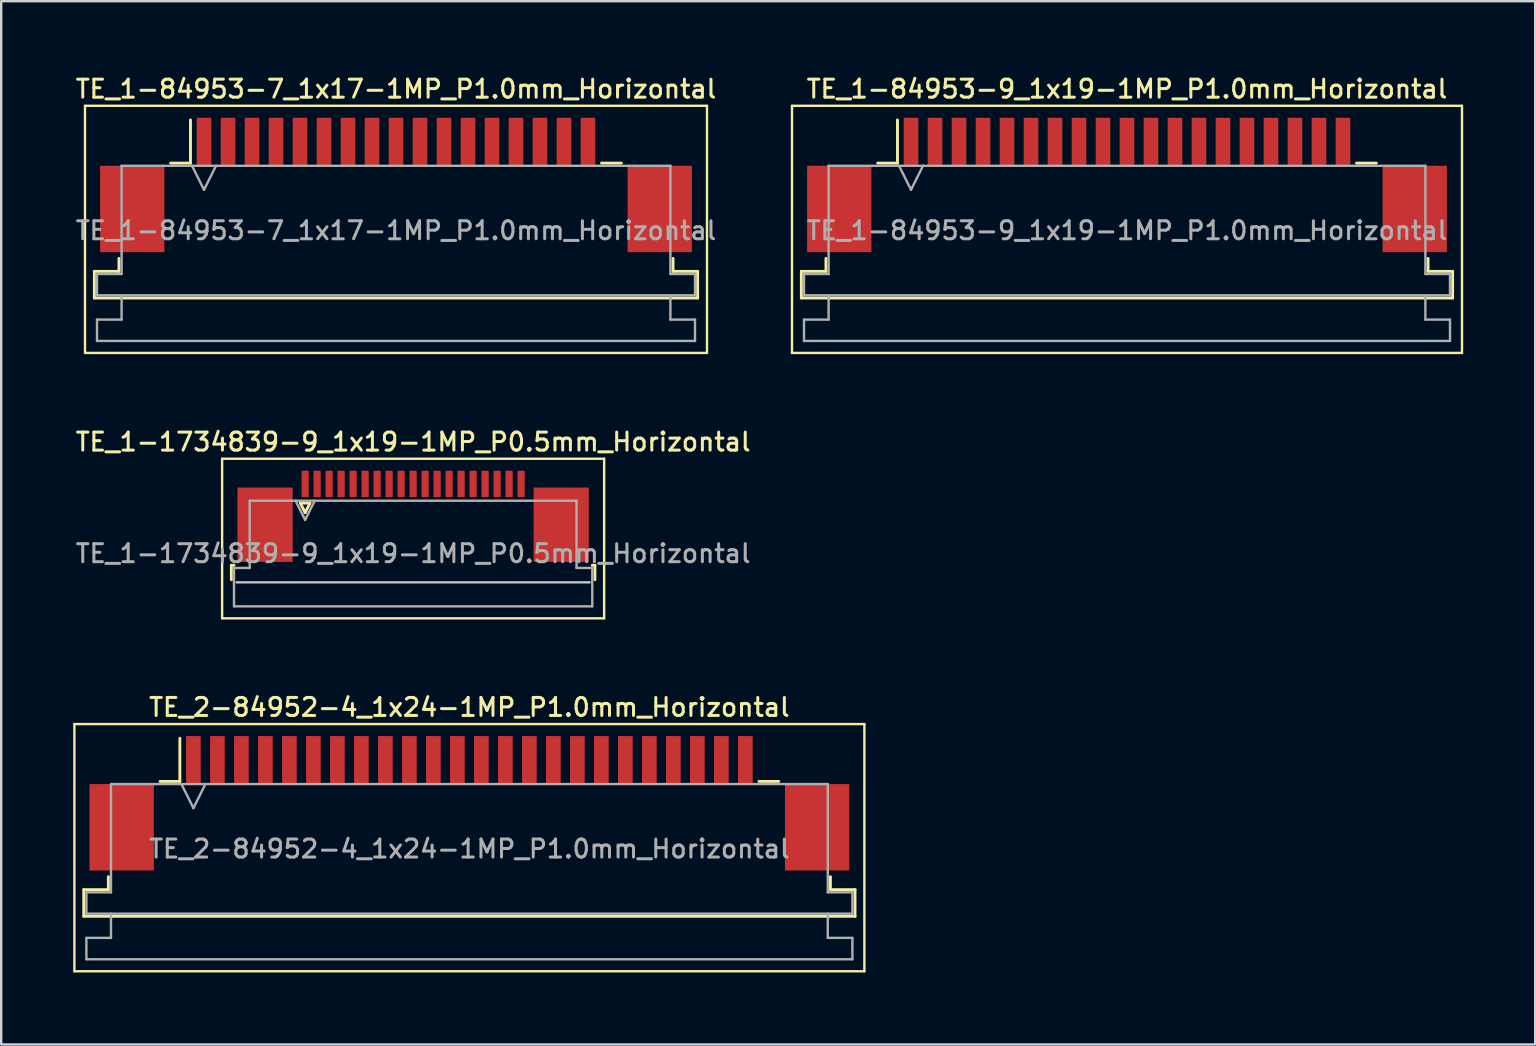
<source format=kicad_pcb>
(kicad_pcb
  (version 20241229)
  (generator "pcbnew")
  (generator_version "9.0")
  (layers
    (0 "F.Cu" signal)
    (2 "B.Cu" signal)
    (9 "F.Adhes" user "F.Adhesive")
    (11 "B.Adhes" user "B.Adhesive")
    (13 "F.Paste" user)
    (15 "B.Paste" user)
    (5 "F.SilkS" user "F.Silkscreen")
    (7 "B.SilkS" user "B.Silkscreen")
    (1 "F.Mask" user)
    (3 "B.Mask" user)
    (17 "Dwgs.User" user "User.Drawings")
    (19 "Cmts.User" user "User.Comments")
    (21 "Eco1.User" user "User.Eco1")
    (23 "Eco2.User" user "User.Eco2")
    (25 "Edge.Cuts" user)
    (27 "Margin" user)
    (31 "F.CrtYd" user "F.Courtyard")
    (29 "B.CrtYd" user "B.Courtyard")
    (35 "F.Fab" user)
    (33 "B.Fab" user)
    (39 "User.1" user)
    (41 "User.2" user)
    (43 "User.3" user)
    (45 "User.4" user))
  (footprint "TE_1-84953-9_1x19-1MP_P1.0mm_Horizontal"
    (layer "F.Cu")
    (at 43.914 4.658)
    (property "Reference" "TE_1-84953-9_1x19-1MP_P1.0mm_Horizontal" (at 0 -4 0) (layer "F.SilkS") (effects (font (size 0.75 0.75) (thickness 0.125))))
    (attr smd)
    (fp_line (start -13.96 -3.3) (end -13.96 7) (stroke (width 0.1) (type solid)) (layer "F.SilkS"))
    (fp_line (start -13.96 7) (end 13.96 7) (stroke (width 0.1) (type solid)) (layer "F.SilkS"))
    (fp_line (start -13.57 3.6) (end -12.545 3.6) (stroke (width 0.12) (type solid)) (layer "F.SilkS"))
    (fp_line (start -13.57 4.71) (end -13.57 3.6) (stroke (width 0.12) (type solid)) (layer "F.SilkS"))
    (fp_line (start -12.545 3.6) (end -12.545 3.06) (stroke (width 0.12) (type solid)) (layer "F.SilkS"))
    (fp_line (start -10.39 -0.91) (end -9.565 -0.91) (stroke (width 0.12) (type solid)) (layer "F.SilkS"))
    (fp_line (start -9.565 -0.91) (end -9.565 -2.71) (stroke (width 0.12) (type solid)) (layer "F.SilkS"))
    (fp_line (start 9.565 -0.91) (end 10.39 -0.91) (stroke (width 0.12) (type solid)) (layer "F.SilkS"))
    (fp_line (start 12.545 3.06) (end 12.545 3.6) (stroke (width 0.12) (type solid)) (layer "F.SilkS"))
    (fp_line (start 12.545 3.6) (end 13.57 3.6) (stroke (width 0.12) (type solid)) (layer "F.SilkS"))
    (fp_line (start 13.57 3.6) (end 13.57 4.71) (stroke (width 0.12) (type solid)) (layer "F.SilkS"))
    (fp_line (start 13.57 4.71) (end -13.57 4.71) (stroke (width 0.12) (type solid)) (layer "F.SilkS"))
    (fp_line (start 13.96 -3.3) (end -13.96 -3.3) (stroke (width 0.1) (type solid)) (layer "F.SilkS"))
    (fp_line (start 13.96 7) (end 13.96 -3.3) (stroke (width 0.1) (type solid)) (layer "F.SilkS"))
    (fp_line (start -13.46 3.71) (end -12.435 3.71) (stroke (width 0.1) (type solid)) (layer "F.Fab"))
    (fp_line (start -13.46 4.6) (end -13.46 3.71) (stroke (width 0.1) (type solid)) (layer "F.Fab"))
    (fp_line (start -13.46 5.61) (end -12.435 5.61) (stroke (width 0.1) (type solid)) (layer "F.Fab"))
    (fp_line (start -13.46 6.5) (end -13.46 5.61) (stroke (width 0.1) (type solid)) (layer "F.Fab"))
    (fp_line (start -12.435 -0.8) (end 12.435 -0.8) (stroke (width 0.1) (type solid)) (layer "F.Fab"))
    (fp_line (start -12.435 3.71) (end -12.435 -0.8) (stroke (width 0.1) (type solid)) (layer "F.Fab"))
    (fp_line (start -12.435 5.61) (end -12.435 4.6) (stroke (width 0.1) (type solid)) (layer "F.Fab"))
    (fp_line (start -9.5 -0.8) (end -9 0.2) (stroke (width 0.1) (type solid)) (layer "F.Fab"))
    (fp_line (start -9 0.2) (end -8.5 -0.8) (stroke (width 0.1) (type solid)) (layer "F.Fab"))
    (fp_line (start 12.435 -0.8) (end 12.435 3.71) (stroke (width 0.1) (type solid)) (layer "F.Fab"))
    (fp_line (start 12.435 3.71) (end 13.46 3.71) (stroke (width 0.1) (type solid)) (layer "F.Fab"))
    (fp_line (start 12.435 4.6) (end 12.435 5.61) (stroke (width 0.1) (type solid)) (layer "F.Fab"))
    (fp_line (start 12.435 5.61) (end 13.46 5.61) (stroke (width 0.1) (type solid)) (layer "F.Fab"))
    (fp_line (start 13.46 3.71) (end 13.46 4.6) (stroke (width 0.1) (type solid)) (layer "F.Fab"))
    (fp_line (start 13.46 4.6) (end -13.46 4.6) (stroke (width 0.1) (type solid)) (layer "F.Fab"))
    (fp_line (start 13.46 5.61) (end 13.46 6.5) (stroke (width 0.1) (type solid)) (layer "F.Fab"))
    (fp_line (start 13.46 6.5) (end -13.46 6.5) (stroke (width 0.1) (type solid)) (layer "F.Fab"))
    (fp_text user "${REFERENCE}" (at 0 1.9 0) (layer "F.Fab") (effects (font (size 0.75 0.75) (thickness 0.125))))
    (pad "1" smd rect (at -9 -1.8) (size 0.61 2) (layers "F.Cu" "F.Mask" "F.Paste"))
    (pad "2" smd rect (at -8 -1.8) (size 0.61 2) (layers "F.Cu" "F.Mask" "F.Paste"))
    (pad "3" smd rect (at -7 -1.8) (size 0.61 2) (layers "F.Cu" "F.Mask" "F.Paste"))
    (pad "4" smd rect (at -6 -1.8) (size 0.61 2) (layers "F.Cu" "F.Mask" "F.Paste"))
    (pad "5" smd rect (at -5 -1.8) (size 0.61 2) (layers "F.Cu" "F.Mask" "F.Paste"))
    (pad "6" smd rect (at -4 -1.8) (size 0.61 2) (layers "F.Cu" "F.Mask" "F.Paste"))
    (pad "7" smd rect (at -3 -1.8) (size 0.61 2) (layers "F.Cu" "F.Mask" "F.Paste"))
    (pad "8" smd rect (at -2 -1.8) (size 0.61 2) (layers "F.Cu" "F.Mask" "F.Paste"))
    (pad "9" smd rect (at -1 -1.8) (size 0.61 2) (layers "F.Cu" "F.Mask" "F.Paste"))
    (pad "10" smd rect (at 0 -1.8) (size 0.61 2) (layers "F.Cu" "F.Mask" "F.Paste"))
    (pad "11" smd rect (at 1 -1.8) (size 0.61 2) (layers "F.Cu" "F.Mask" "F.Paste"))
    (pad "12" smd rect (at 2 -1.8) (size 0.61 2) (layers "F.Cu" "F.Mask" "F.Paste"))
    (pad "13" smd rect (at 3 -1.8) (size 0.61 2) (layers "F.Cu" "F.Mask" "F.Paste"))
    (pad "14" smd rect (at 4 -1.8) (size 0.61 2) (layers "F.Cu" "F.Mask" "F.Paste"))
    (pad "15" smd rect (at 5 -1.8) (size 0.61 2) (layers "F.Cu" "F.Mask" "F.Paste"))
    (pad "16" smd rect (at 6 -1.8) (size 0.61 2) (layers "F.Cu" "F.Mask" "F.Paste"))
    (pad "17" smd rect (at 7 -1.8) (size 0.61 2) (layers "F.Cu" "F.Mask" "F.Paste"))
    (pad "18" smd rect (at 8 -1.8) (size 0.61 2) (layers "F.Cu" "F.Mask" "F.Paste"))
    (pad "19" smd rect (at 9 -1.8) (size 0.61 2) (layers "F.Cu" "F.Mask" "F.Paste"))
    (pad "MP" smd rect (at -11.99 1) (size 2.68 3.6) (layers "F.Cu" "F.Mask" "F.Paste"))
    (pad "MP" smd rect (at 11.99 1) (size 2.68 3.6) (layers "F.Cu" "F.Mask" "F.Paste")))
  (footprint "TE_1-1734839-9_1x19-1MP_P0.5mm_Horizontal"
    (layer "F.Cu")
    (at 14.166 18.466)
    (property "Reference" "TE_1-1734839-9_1x19-1MP_P0.5mm_Horizontal" (at 0 -3.1 0) (layer "F.SilkS") (effects (font (size 0.75 0.75) (thickness 0.125))))
    (attr smd)
    (fp_line (start -7.96 -2.4) (end -7.96 4.25) (stroke (width 0.1) (type solid)) (layer "F.SilkS"))
    (fp_line (start -7.96 4.25) (end 7.96 4.25) (stroke (width 0.1) (type solid)) (layer "F.SilkS"))
    (fp_line (start -7.575 2.04) (end -7.575 2.64) (stroke (width 0.12) (type solid)) (layer "F.SilkS"))
    (fp_line (start -7.465 2.04) (end -7.575 2.04) (stroke (width 0.12) (type solid)) (layer "F.SilkS"))
    (fp_line (start -4.7 -0.55) (end -4.5 -0.15) (stroke (width 0.12) (type solid)) (layer "F.SilkS"))
    (fp_line (start -4.5 -0.15) (end -4.3 -0.55) (stroke (width 0.12) (type solid)) (layer "F.SilkS"))
    (fp_line (start -4.3 -0.55) (end -4.7 -0.55) (stroke (width 0.12) (type solid)) (layer "F.SilkS"))
    (fp_line (start 7.465 2.04) (end 7.575 2.04) (stroke (width 0.12) (type solid)) (layer "F.SilkS"))
    (fp_line (start 7.575 2.04) (end 7.575 2.64) (stroke (width 0.12) (type solid)) (layer "F.SilkS"))
    (fp_line (start 7.96 -2.4) (end -7.96 -2.4) (stroke (width 0.1) (type solid)) (layer "F.SilkS"))
    (fp_line (start 7.96 4.25) (end 7.96 -2.4) (stroke (width 0.1) (type solid)) (layer "F.SilkS"))
    (fp_line (start 7.355 2.75) (end -7.355 2.75) (stroke (width 0.1) (type solid)) (layer "Dwgs.User"))
    (fp_line (start -7.465 2.15) (end -6.81 2.15) (stroke (width 0.1) (type solid)) (layer "F.Fab"))
    (fp_line (start -7.465 3.75) (end -7.465 2.15) (stroke (width 0.1) (type solid)) (layer "F.Fab"))
    (fp_line (start -6.81 -0.65) (end 6.81 -0.65) (stroke (width 0.1) (type solid)) (layer "F.Fab"))
    (fp_line (start -6.81 2.15) (end -6.81 -0.65) (stroke (width 0.1) (type solid)) (layer "F.Fab"))
    (fp_line (start -4.9 -0.65) (end -4.5 0.15) (stroke (width 0.1) (type solid)) (layer "F.Fab"))
    (fp_line (start -4.5 0.15) (end -4.1 -0.65) (stroke (width 0.1) (type solid)) (layer "F.Fab"))
    (fp_line (start 6.81 -0.65) (end 6.81 2.15) (stroke (width 0.1) (type solid)) (layer "F.Fab"))
    (fp_line (start 6.81 2.15) (end 7.465 2.15) (stroke (width 0.1) (type solid)) (layer "F.Fab"))
    (fp_line (start 7.465 2.15) (end 7.465 3.75) (stroke (width 0.1) (type solid)) (layer "F.Fab"))
    (fp_line (start 7.465 3.75) (end -7.465 3.75) (stroke (width 0.1) (type solid)) (layer "F.Fab"))
    (fp_text user "${REFERENCE}" (at 0 1.55 0) (layer "F.Fab") (effects (font (size 0.75 0.75) (thickness 0.125))))
    (pad "1" smd rect (at -4.5 -1.35) (size 0.3 1.1) (layers "F.Cu" "F.Mask" "F.Paste"))
    (pad "2" smd rect (at -4 -1.35) (size 0.3 1.1) (layers "F.Cu" "F.Mask" "F.Paste"))
    (pad "3" smd rect (at -3.5 -1.35) (size 0.3 1.1) (layers "F.Cu" "F.Mask" "F.Paste"))
    (pad "4" smd rect (at -3 -1.35) (size 0.3 1.1) (layers "F.Cu" "F.Mask" "F.Paste"))
    (pad "5" smd rect (at -2.5 -1.35) (size 0.3 1.1) (layers "F.Cu" "F.Mask" "F.Paste"))
    (pad "6" smd rect (at -2 -1.35) (size 0.3 1.1) (layers "F.Cu" "F.Mask" "F.Paste"))
    (pad "7" smd rect (at -1.5 -1.35) (size 0.3 1.1) (layers "F.Cu" "F.Mask" "F.Paste"))
    (pad "8" smd rect (at -1 -1.35) (size 0.3 1.1) (layers "F.Cu" "F.Mask" "F.Paste"))
    (pad "9" smd rect (at -0.5 -1.35) (size 0.3 1.1) (layers "F.Cu" "F.Mask" "F.Paste"))
    (pad "10" smd rect (at 0 -1.35) (size 0.3 1.1) (layers "F.Cu" "F.Mask" "F.Paste"))
    (pad "11" smd rect (at 0.5 -1.35) (size 0.3 1.1) (layers "F.Cu" "F.Mask" "F.Paste"))
    (pad "12" smd rect (at 1 -1.35) (size 0.3 1.1) (layers "F.Cu" "F.Mask" "F.Paste"))
    (pad "13" smd rect (at 1.5 -1.35) (size 0.3 1.1) (layers "F.Cu" "F.Mask" "F.Paste"))
    (pad "14" smd rect (at 2 -1.35) (size 0.3 1.1) (layers "F.Cu" "F.Mask" "F.Paste"))
    (pad "15" smd rect (at 2.5 -1.35) (size 0.3 1.1) (layers "F.Cu" "F.Mask" "F.Paste"))
    (pad "16" smd rect (at 3 -1.35) (size 0.3 1.1) (layers "F.Cu" "F.Mask" "F.Paste"))
    (pad "17" smd rect (at 3.5 -1.35) (size 0.3 1.1) (layers "F.Cu" "F.Mask" "F.Paste"))
    (pad "18" smd rect (at 4 -1.35) (size 0.3 1.1) (layers "F.Cu" "F.Mask" "F.Paste"))
    (pad "19" smd rect (at 4.5 -1.35) (size 0.3 1.1) (layers "F.Cu" "F.Mask" "F.Paste"))
    (pad "MP" smd rect (at -6.17 0.35) (size 2.3 3.1) (layers "F.Cu" "F.Mask" "F.Paste"))
    (pad "MP" smd rect (at 6.17 0.35) (size 2.3 3.1) (layers "F.Cu" "F.Mask" "F.Paste")))
  (footprint "TE_2-84952-4_1x24-1MP_P1.0mm_Horizontal"
    (layer "F.Cu")
    (at 16.51 30.424)
    (property "Reference" "TE_2-84952-4_1x24-1MP_P1.0mm_Horizontal" (at 0 -4 0) (layer "F.SilkS") (effects (font (size 0.75 0.75) (thickness 0.125))))
    (attr smd)
    (fp_line (start -16.46 -3.3) (end -16.46 7) (stroke (width 0.1) (type solid)) (layer "F.SilkS"))
    (fp_line (start -16.46 7) (end 16.46 7) (stroke (width 0.1) (type solid)) (layer "F.SilkS"))
    (fp_line (start -16.07 3.6) (end -15.045 3.6) (stroke (width 0.12) (type solid)) (layer "F.SilkS"))
    (fp_line (start -16.07 4.71) (end -16.07 3.6) (stroke (width 0.12) (type solid)) (layer "F.SilkS"))
    (fp_line (start -15.045 3.6) (end -15.045 3.06) (stroke (width 0.12) (type solid)) (layer "F.SilkS"))
    (fp_line (start -12.89 -0.91) (end -12.065 -0.91) (stroke (width 0.12) (type solid)) (layer "F.SilkS"))
    (fp_line (start -12.065 -0.91) (end -12.065 -2.71) (stroke (width 0.12) (type solid)) (layer "F.SilkS"))
    (fp_line (start 12.065 -0.91) (end 12.89 -0.91) (stroke (width 0.12) (type solid)) (layer "F.SilkS"))
    (fp_line (start 15.045 3.06) (end 15.045 3.6) (stroke (width 0.12) (type solid)) (layer "F.SilkS"))
    (fp_line (start 15.045 3.6) (end 16.07 3.6) (stroke (width 0.12) (type solid)) (layer "F.SilkS"))
    (fp_line (start 16.07 3.6) (end 16.07 4.71) (stroke (width 0.12) (type solid)) (layer "F.SilkS"))
    (fp_line (start 16.07 4.71) (end -16.07 4.71) (stroke (width 0.12) (type solid)) (layer "F.SilkS"))
    (fp_line (start 16.46 -3.3) (end -16.46 -3.3) (stroke (width 0.1) (type solid)) (layer "F.SilkS"))
    (fp_line (start 16.46 7) (end 16.46 -3.3) (stroke (width 0.1) (type solid)) (layer "F.SilkS"))
    (fp_line (start -15.96 3.71) (end -14.935 3.71) (stroke (width 0.1) (type solid)) (layer "F.Fab"))
    (fp_line (start -15.96 4.6) (end -15.96 3.71) (stroke (width 0.1) (type solid)) (layer "F.Fab"))
    (fp_line (start -15.96 5.61) (end -14.935 5.61) (stroke (width 0.1) (type solid)) (layer "F.Fab"))
    (fp_line (start -15.96 6.5) (end -15.96 5.61) (stroke (width 0.1) (type solid)) (layer "F.Fab"))
    (fp_line (start -14.935 -0.8) (end 14.935 -0.8) (stroke (width 0.1) (type solid)) (layer "F.Fab"))
    (fp_line (start -14.935 3.71) (end -14.935 -0.8) (stroke (width 0.1) (type solid)) (layer "F.Fab"))
    (fp_line (start -14.935 5.61) (end -14.935 4.6) (stroke (width 0.1) (type solid)) (layer "F.Fab"))
    (fp_line (start -12 -0.8) (end -11.5 0.2) (stroke (width 0.1) (type solid)) (layer "F.Fab"))
    (fp_line (start -11.5 0.2) (end -11 -0.8) (stroke (width 0.1) (type solid)) (layer "F.Fab"))
    (fp_line (start 14.935 -0.8) (end 14.935 3.71) (stroke (width 0.1) (type solid)) (layer "F.Fab"))
    (fp_line (start 14.935 3.71) (end 15.96 3.71) (stroke (width 0.1) (type solid)) (layer "F.Fab"))
    (fp_line (start 14.935 4.6) (end 14.935 5.61) (stroke (width 0.1) (type solid)) (layer "F.Fab"))
    (fp_line (start 14.935 5.61) (end 15.96 5.61) (stroke (width 0.1) (type solid)) (layer "F.Fab"))
    (fp_line (start 15.96 3.71) (end 15.96 4.6) (stroke (width 0.1) (type solid)) (layer "F.Fab"))
    (fp_line (start 15.96 4.6) (end -15.96 4.6) (stroke (width 0.1) (type solid)) (layer "F.Fab"))
    (fp_line (start 15.96 5.61) (end 15.96 6.5) (stroke (width 0.1) (type solid)) (layer "F.Fab"))
    (fp_line (start 15.96 6.5) (end -15.96 6.5) (stroke (width 0.1) (type solid)) (layer "F.Fab"))
    (fp_text user "${REFERENCE}" (at 0 1.9 0) (layer "F.Fab") (effects (font (size 0.75 0.75) (thickness 0.125))))
    (pad "1" smd rect (at -11.5 -1.8) (size 0.61 2) (layers "F.Cu" "F.Mask" "F.Paste"))
    (pad "2" smd rect (at -10.5 -1.8) (size 0.61 2) (layers "F.Cu" "F.Mask" "F.Paste"))
    (pad "3" smd rect (at -9.5 -1.8) (size 0.61 2) (layers "F.Cu" "F.Mask" "F.Paste"))
    (pad "4" smd rect (at -8.5 -1.8) (size 0.61 2) (layers "F.Cu" "F.Mask" "F.Paste"))
    (pad "5" smd rect (at -7.5 -1.8) (size 0.61 2) (layers "F.Cu" "F.Mask" "F.Paste"))
    (pad "6" smd rect (at -6.5 -1.8) (size 0.61 2) (layers "F.Cu" "F.Mask" "F.Paste"))
    (pad "7" smd rect (at -5.5 -1.8) (size 0.61 2) (layers "F.Cu" "F.Mask" "F.Paste"))
    (pad "8" smd rect (at -4.5 -1.8) (size 0.61 2) (layers "F.Cu" "F.Mask" "F.Paste"))
    (pad "9" smd rect (at -3.5 -1.8) (size 0.61 2) (layers "F.Cu" "F.Mask" "F.Paste"))
    (pad "10" smd rect (at -2.5 -1.8) (size 0.61 2) (layers "F.Cu" "F.Mask" "F.Paste"))
    (pad "11" smd rect (at -1.5 -1.8) (size 0.61 2) (layers "F.Cu" "F.Mask" "F.Paste"))
    (pad "12" smd rect (at -0.5 -1.8) (size 0.61 2) (layers "F.Cu" "F.Mask" "F.Paste"))
    (pad "13" smd rect (at 0.5 -1.8) (size 0.61 2) (layers "F.Cu" "F.Mask" "F.Paste"))
    (pad "14" smd rect (at 1.5 -1.8) (size 0.61 2) (layers "F.Cu" "F.Mask" "F.Paste"))
    (pad "15" smd rect (at 2.5 -1.8) (size 0.61 2) (layers "F.Cu" "F.Mask" "F.Paste"))
    (pad "16" smd rect (at 3.5 -1.8) (size 0.61 2) (layers "F.Cu" "F.Mask" "F.Paste"))
    (pad "17" smd rect (at 4.5 -1.8) (size 0.61 2) (layers "F.Cu" "F.Mask" "F.Paste"))
    (pad "18" smd rect (at 5.5 -1.8) (size 0.61 2) (layers "F.Cu" "F.Mask" "F.Paste"))
    (pad "19" smd rect (at 6.5 -1.8) (size 0.61 2) (layers "F.Cu" "F.Mask" "F.Paste"))
    (pad "20" smd rect (at 7.5 -1.8) (size 0.61 2) (layers "F.Cu" "F.Mask" "F.Paste"))
    (pad "21" smd rect (at 8.5 -1.8) (size 0.61 2) (layers "F.Cu" "F.Mask" "F.Paste"))
    (pad "22" smd rect (at 9.5 -1.8) (size 0.61 2) (layers "F.Cu" "F.Mask" "F.Paste"))
    (pad "23" smd rect (at 10.5 -1.8) (size 0.61 2) (layers "F.Cu" "F.Mask" "F.Paste"))
    (pad "24" smd rect (at 11.5 -1.8) (size 0.61 2) (layers "F.Cu" "F.Mask" "F.Paste"))
    (pad "MP" smd rect (at -14.49 1) (size 2.68 3.6) (layers "F.Cu" "F.Mask" "F.Paste"))
    (pad "MP" smd rect (at 14.49 1) (size 2.68 3.6) (layers "F.Cu" "F.Mask" "F.Paste")))
  (footprint "TE_1-84953-7_1x17-1MP_P1.0mm_Horizontal"
    (layer "F.Cu")
    (at 13.452 4.658)
    (property "Reference" "TE_1-84953-7_1x17-1MP_P1.0mm_Horizontal" (at 0 -4 0) (layer "F.SilkS") (effects (font (size 0.75 0.75) (thickness 0.125))))
    (attr smd)
    (fp_line (start -12.96 -3.3) (end -12.96 7) (stroke (width 0.1) (type solid)) (layer "F.SilkS"))
    (fp_line (start -12.96 7) (end 12.96 7) (stroke (width 0.1) (type solid)) (layer "F.SilkS"))
    (fp_line (start -12.57 3.6) (end -11.545 3.6) (stroke (width 0.12) (type solid)) (layer "F.SilkS"))
    (fp_line (start -12.57 4.71) (end -12.57 3.6) (stroke (width 0.12) (type solid)) (layer "F.SilkS"))
    (fp_line (start -11.545 3.6) (end -11.545 3.06) (stroke (width 0.12) (type solid)) (layer "F.SilkS"))
    (fp_line (start -9.39 -0.91) (end -8.565 -0.91) (stroke (width 0.12) (type solid)) (layer "F.SilkS"))
    (fp_line (start -8.565 -0.91) (end -8.565 -2.71) (stroke (width 0.12) (type solid)) (layer "F.SilkS"))
    (fp_line (start 8.565 -0.91) (end 9.39 -0.91) (stroke (width 0.12) (type solid)) (layer "F.SilkS"))
    (fp_line (start 11.545 3.06) (end 11.545 3.6) (stroke (width 0.12) (type solid)) (layer "F.SilkS"))
    (fp_line (start 11.545 3.6) (end 12.57 3.6) (stroke (width 0.12) (type solid)) (layer "F.SilkS"))
    (fp_line (start 12.57 3.6) (end 12.57 4.71) (stroke (width 0.12) (type solid)) (layer "F.SilkS"))
    (fp_line (start 12.57 4.71) (end -12.57 4.71) (stroke (width 0.12) (type solid)) (layer "F.SilkS"))
    (fp_line (start 12.96 -3.3) (end -12.96 -3.3) (stroke (width 0.1) (type solid)) (layer "F.SilkS"))
    (fp_line (start 12.96 7) (end 12.96 -3.3) (stroke (width 0.1) (type solid)) (layer "F.SilkS"))
    (fp_line (start -12.46 3.71) (end -11.435 3.71) (stroke (width 0.1) (type solid)) (layer "F.Fab"))
    (fp_line (start -12.46 4.6) (end -12.46 3.71) (stroke (width 0.1) (type solid)) (layer "F.Fab"))
    (fp_line (start -12.46 5.61) (end -11.435 5.61) (stroke (width 0.1) (type solid)) (layer "F.Fab"))
    (fp_line (start -12.46 6.5) (end -12.46 5.61) (stroke (width 0.1) (type solid)) (layer "F.Fab"))
    (fp_line (start -11.435 -0.8) (end 11.435 -0.8) (stroke (width 0.1) (type solid)) (layer "F.Fab"))
    (fp_line (start -11.435 3.71) (end -11.435 -0.8) (stroke (width 0.1) (type solid)) (layer "F.Fab"))
    (fp_line (start -11.435 5.61) (end -11.435 4.6) (stroke (width 0.1) (type solid)) (layer "F.Fab"))
    (fp_line (start -8.5 -0.8) (end -8 0.2) (stroke (width 0.1) (type solid)) (layer "F.Fab"))
    (fp_line (start -8 0.2) (end -7.5 -0.8) (stroke (width 0.1) (type solid)) (layer "F.Fab"))
    (fp_line (start 11.435 -0.8) (end 11.435 3.71) (stroke (width 0.1) (type solid)) (layer "F.Fab"))
    (fp_line (start 11.435 3.71) (end 12.46 3.71) (stroke (width 0.1) (type solid)) (layer "F.Fab"))
    (fp_line (start 11.435 4.6) (end 11.435 5.61) (stroke (width 0.1) (type solid)) (layer "F.Fab"))
    (fp_line (start 11.435 5.61) (end 12.46 5.61) (stroke (width 0.1) (type solid)) (layer "F.Fab"))
    (fp_line (start 12.46 3.71) (end 12.46 4.6) (stroke (width 0.1) (type solid)) (layer "F.Fab"))
    (fp_line (start 12.46 4.6) (end -12.46 4.6) (stroke (width 0.1) (type solid)) (layer "F.Fab"))
    (fp_line (start 12.46 5.61) (end 12.46 6.5) (stroke (width 0.1) (type solid)) (layer "F.Fab"))
    (fp_line (start 12.46 6.5) (end -12.46 6.5) (stroke (width 0.1) (type solid)) (layer "F.Fab"))
    (fp_text user "${REFERENCE}" (at 0 1.9 0) (layer "F.Fab") (effects (font (size 0.75 0.75) (thickness 0.125))))
    (pad "1" smd rect (at -8 -1.8) (size 0.61 2) (layers "F.Cu" "F.Mask" "F.Paste"))
    (pad "2" smd rect (at -7 -1.8) (size 0.61 2) (layers "F.Cu" "F.Mask" "F.Paste"))
    (pad "3" smd rect (at -6 -1.8) (size 0.61 2) (layers "F.Cu" "F.Mask" "F.Paste"))
    (pad "4" smd rect (at -5 -1.8) (size 0.61 2) (layers "F.Cu" "F.Mask" "F.Paste"))
    (pad "5" smd rect (at -4 -1.8) (size 0.61 2) (layers "F.Cu" "F.Mask" "F.Paste"))
    (pad "6" smd rect (at -3 -1.8) (size 0.61 2) (layers "F.Cu" "F.Mask" "F.Paste"))
    (pad "7" smd rect (at -2 -1.8) (size 0.61 2) (layers "F.Cu" "F.Mask" "F.Paste"))
    (pad "8" smd rect (at -1 -1.8) (size 0.61 2) (layers "F.Cu" "F.Mask" "F.Paste"))
    (pad "9" smd rect (at 0 -1.8) (size 0.61 2) (layers "F.Cu" "F.Mask" "F.Paste"))
    (pad "10" smd rect (at 1 -1.8) (size 0.61 2) (layers "F.Cu" "F.Mask" "F.Paste"))
    (pad "11" smd rect (at 2 -1.8) (size 0.61 2) (layers "F.Cu" "F.Mask" "F.Paste"))
    (pad "12" smd rect (at 3 -1.8) (size 0.61 2) (layers "F.Cu" "F.Mask" "F.Paste"))
    (pad "13" smd rect (at 4 -1.8) (size 0.61 2) (layers "F.Cu" "F.Mask" "F.Paste"))
    (pad "14" smd rect (at 5 -1.8) (size 0.61 2) (layers "F.Cu" "F.Mask" "F.Paste"))
    (pad "15" smd rect (at 6 -1.8) (size 0.61 2) (layers "F.Cu" "F.Mask" "F.Paste"))
    (pad "16" smd rect (at 7 -1.8) (size 0.61 2) (layers "F.Cu" "F.Mask" "F.Paste"))
    (pad "17" smd rect (at 8 -1.8) (size 0.61 2) (layers "F.Cu" "F.Mask" "F.Paste"))
    (pad "MP" smd rect (at -10.99 1) (size 2.68 3.6) (layers "F.Cu" "F.Mask" "F.Paste"))
    (pad "MP" smd rect (at 10.99 1) (size 2.68 3.6) (layers "F.Cu" "F.Mask" "F.Paste")))
  (gr_rect
    (start -3 -3)
    (end 60.924 40.474)
    (stroke (width 0.1) (type default))
    (fill no)
    (layer "Edge.Cuts")))
</source>
